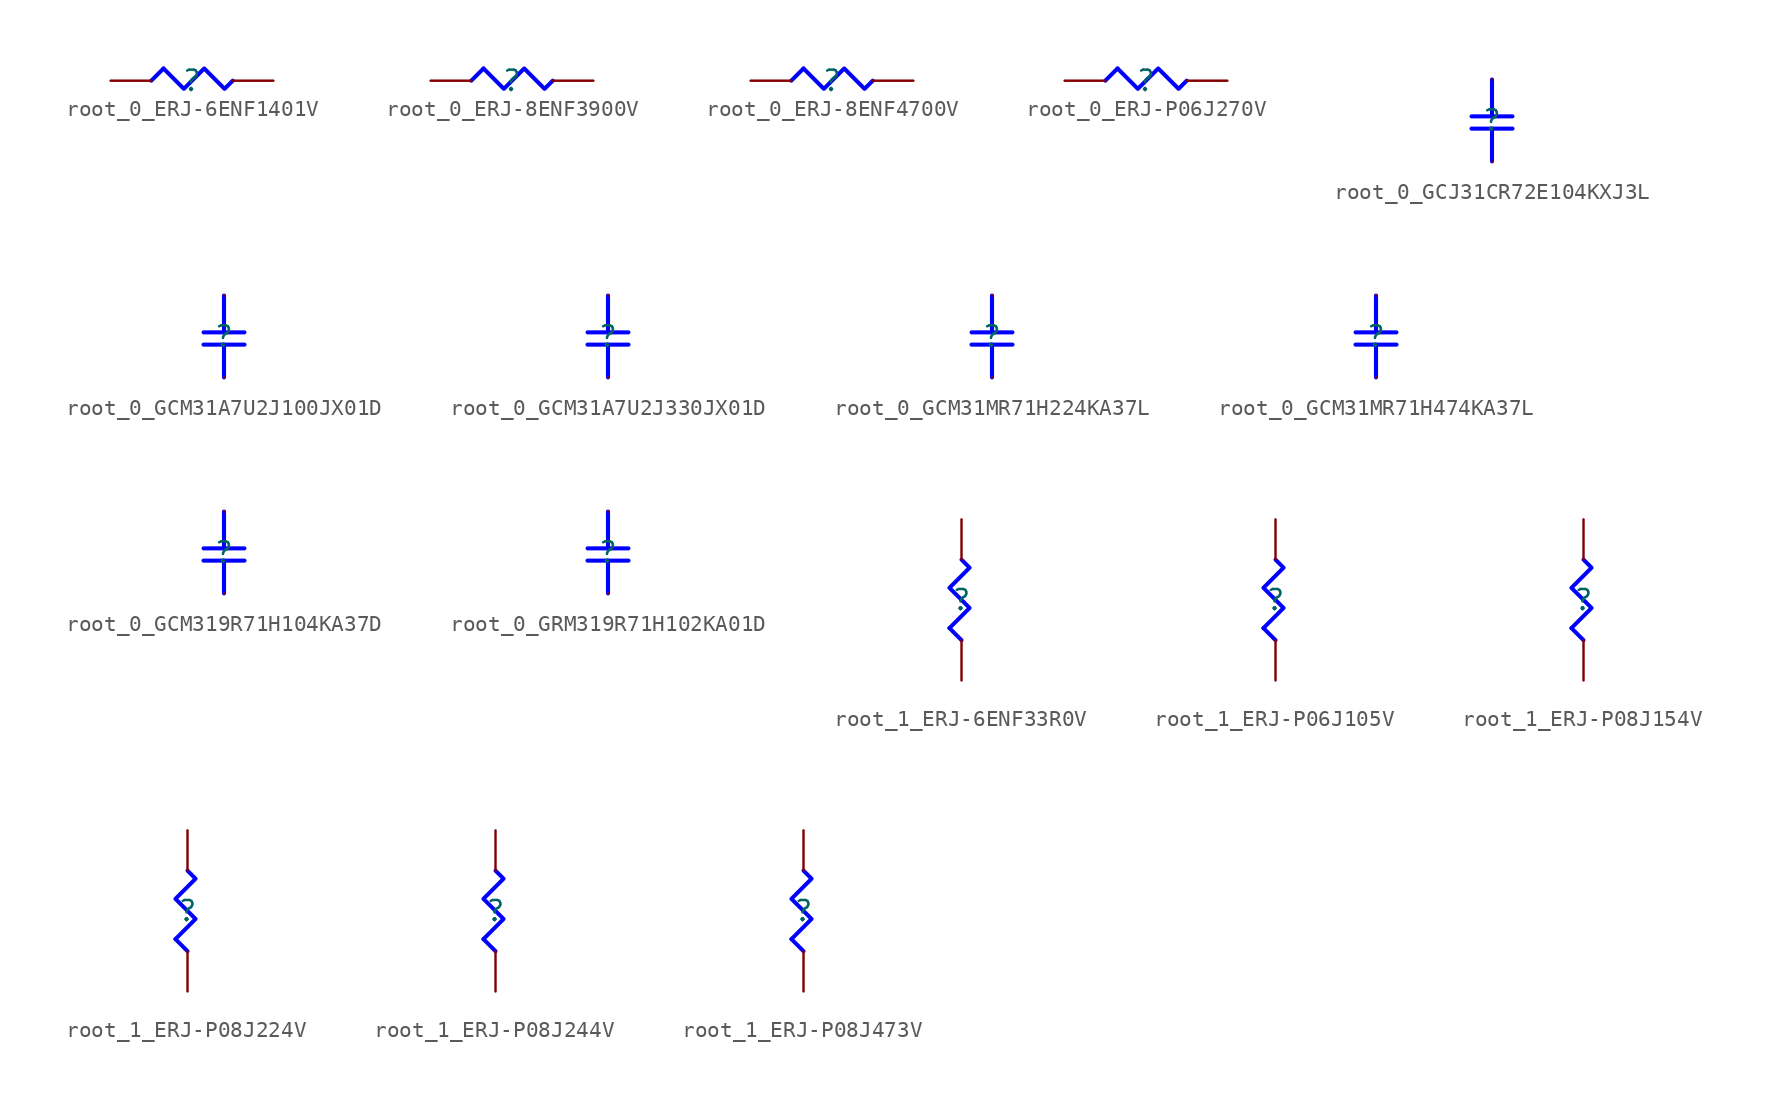
<source format=kicad_sym>
(kicad_symbol_lib
  (version 20220914)
  (generator kicad_symbol_editor)
  (symbol "root_0_ERJ-6ENF1401V"
    (property "Reference" ""
      (at 0 0 0)
      (effects (font (size 1.27 1.27))))
    (property "Value" ""
      (at 0 0 0)
      (effects (font (size 1.27 1.27))))
    (symbol "root_0_ERJ-6ENF1401V_1_0"
      (polyline (pts (xy -1.778 0.762) (xy -2.54 0)) (stroke (width 0.254) (type solid) (color 0 0 255 1)) (fill (type none)))
      (polyline (pts (xy -1.778 0.762) (xy -0.508 -0.508) (xy 0.762 0.762) (xy 2.032 -0.508) (xy 2.54 0)) (stroke (width 0.254) (type solid) (color 0 0 255 1)) (fill (type none)))
      (pin passive line (at -5.08 0 0) (length 2.54) (name "1" (effects (font (size 0 0)))) (number "1" (effects (font (size 0 0)))))
      (pin passive line (at 5.08 0 180) (length 2.54) (name "2" (effects (font (size 0 0)))) (number "2" (effects (font (size 0 0)))))))
  (symbol "root_0_ERJ-8ENF3900V"
    (property "Reference" ""
      (at 0 0 0)
      (effects (font (size 1.27 1.27))))
    (property "Value" ""
      (at 0 0 0)
      (effects (font (size 1.27 1.27))))
    (symbol "root_0_ERJ-8ENF3900V_1_0"
      (polyline (pts (xy -1.778 0.762) (xy -2.54 0)) (stroke (width 0.254) (type solid) (color 0 0 255 1)) (fill (type none)))
      (polyline (pts (xy -1.778 0.762) (xy -0.508 -0.508) (xy 0.762 0.762) (xy 2.032 -0.508) (xy 2.54 0)) (stroke (width 0.254) (type solid) (color 0 0 255 1)) (fill (type none)))
      (pin passive line (at -5.08 0 0) (length 2.54) (name "1" (effects (font (size 0 0)))) (number "1" (effects (font (size 0 0)))))
      (pin passive line (at 5.08 0 180) (length 2.54) (name "2" (effects (font (size 0 0)))) (number "2" (effects (font (size 0 0)))))))
  (symbol "root_0_ERJ-8ENF4700V"
    (property "Reference" ""
      (at 0 0 0)
      (effects (font (size 1.27 1.27))))
    (property "Value" ""
      (at 0 0 0)
      (effects (font (size 1.27 1.27))))
    (symbol "root_0_ERJ-8ENF4700V_1_0"
      (polyline (pts (xy -1.778 0.762) (xy -2.54 0)) (stroke (width 0.254) (type solid) (color 0 0 255 1)) (fill (type none)))
      (polyline (pts (xy -1.778 0.762) (xy -0.508 -0.508) (xy 0.762 0.762) (xy 2.032 -0.508) (xy 2.54 0)) (stroke (width 0.254) (type solid) (color 0 0 255 1)) (fill (type none)))
      (pin passive line (at -5.08 0 0) (length 2.54) (name "1" (effects (font (size 0 0)))) (number "1" (effects (font (size 0 0)))))
      (pin passive line (at 5.08 0 180) (length 2.54) (name "2" (effects (font (size 0 0)))) (number "2" (effects (font (size 0 0)))))))
  (symbol "root_0_ERJ-P06J270V"
    (property "Reference" ""
      (at 0 0 0)
      (effects (font (size 1.27 1.27))))
    (property "Value" ""
      (at 0 0 0)
      (effects (font (size 1.27 1.27))))
    (symbol "root_0_ERJ-P06J270V_1_0"
      (polyline (pts (xy -1.778 0.762) (xy -2.54 0)) (stroke (width 0.254) (type solid) (color 0 0 255 1)) (fill (type none)))
      (polyline (pts (xy -1.778 0.762) (xy -0.508 -0.508) (xy 0.762 0.762) (xy 2.032 -0.508) (xy 2.54 0)) (stroke (width 0.254) (type solid) (color 0 0 255 1)) (fill (type none)))
      (pin passive line (at -5.08 0 0) (length 2.54) (name "1" (effects (font (size 0 0)))) (number "1" (effects (font (size 0 0)))))
      (pin passive line (at 5.08 0 180) (length 2.54) (name "2" (effects (font (size 0 0)))) (number "2" (effects (font (size 0 0)))))))
  (symbol "root_0_GCJ31CR72E104KXJ3L"
    (property "Reference" ""
      (at 0 0 0)
      (effects (font (size 1.27 1.27))))
    (property "Value" ""
      (at 0 0 0)
      (effects (font (size 1.27 1.27))))
    (symbol "root_0_GCJ31CR72E104KXJ3L_1_0"
      (polyline (pts (xy -1.27 -0.508) (xy 1.27 -0.508)) (stroke (width 0.254) (type solid) (color 0 0 255 1)) (fill (type none)))
      (polyline (pts (xy -1.27 0.254) (xy 1.27 0.254)) (stroke (width 0.254) (type solid) (color 0 0 255 1)) (fill (type none)))
      (polyline (pts (xy 0 -2.54) (xy 0 -0.508)) (stroke (width 0.254) (type solid) (color 0 0 255 1)) (fill (type none)))
      (polyline (pts (xy 0 0.254) (xy 0 2.54)) (stroke (width 0.254) (type solid) (color 0 0 255 1)) (fill (type none)))
      (pin passive line (at 0 2.54 270) (length 0) (name "1" (effects (font (size 0 0)))) (number "1" (effects (font (size 0 0)))))
      (pin passive line (at 0 -2.54 90) (length 0) (name "2" (effects (font (size 0 0)))) (number "2" (effects (font (size 0 0)))))))
  (symbol "root_0_GCM31A7U2J100JX01D"
    (property "Reference" ""
      (at 0 0 0)
      (effects (font (size 1.27 1.27))))
    (property "Value" ""
      (at 0 0 0)
      (effects (font (size 1.27 1.27))))
    (symbol "root_0_GCM31A7U2J100JX01D_1_0"
      (polyline (pts (xy -1.27 -0.508) (xy 1.27 -0.508)) (stroke (width 0.254) (type solid) (color 0 0 255 1)) (fill (type none)))
      (polyline (pts (xy -1.27 0.254) (xy 1.27 0.254)) (stroke (width 0.254) (type solid) (color 0 0 255 1)) (fill (type none)))
      (polyline (pts (xy 0 -2.54) (xy 0 -0.508)) (stroke (width 0.254) (type solid) (color 0 0 255 1)) (fill (type none)))
      (polyline (pts (xy 0 0.254) (xy 0 2.54)) (stroke (width 0.254) (type solid) (color 0 0 255 1)) (fill (type none)))
      (pin passive line (at 0 2.54 270) (length 0) (name "1" (effects (font (size 0 0)))) (number "1" (effects (font (size 0 0)))))
      (pin passive line (at 0 -2.54 90) (length 0) (name "2" (effects (font (size 0 0)))) (number "2" (effects (font (size 0 0)))))))
  (symbol "root_0_GCM31A7U2J330JX01D"
    (property "Reference" ""
      (at 0 0 0)
      (effects (font (size 1.27 1.27))))
    (property "Value" ""
      (at 0 0 0)
      (effects (font (size 1.27 1.27))))
    (symbol "root_0_GCM31A7U2J330JX01D_1_0"
      (polyline (pts (xy -1.27 -0.508) (xy 1.27 -0.508)) (stroke (width 0.254) (type solid) (color 0 0 255 1)) (fill (type none)))
      (polyline (pts (xy -1.27 0.254) (xy 1.27 0.254)) (stroke (width 0.254) (type solid) (color 0 0 255 1)) (fill (type none)))
      (polyline (pts (xy 0 -2.54) (xy 0 -0.508)) (stroke (width 0.254) (type solid) (color 0 0 255 1)) (fill (type none)))
      (polyline (pts (xy 0 0.254) (xy 0 2.54)) (stroke (width 0.254) (type solid) (color 0 0 255 1)) (fill (type none)))
      (pin passive line (at 0 2.54 270) (length 0) (name "1" (effects (font (size 0 0)))) (number "1" (effects (font (size 0 0)))))
      (pin passive line (at 0 -2.54 90) (length 0) (name "2" (effects (font (size 0 0)))) (number "2" (effects (font (size 0 0)))))))
  (symbol "root_0_GCM31MR71H224KA37L"
    (property "Reference" ""
      (at 0 0 0)
      (effects (font (size 1.27 1.27))))
    (property "Value" ""
      (at 0 0 0)
      (effects (font (size 1.27 1.27))))
    (symbol "root_0_GCM31MR71H224KA37L_1_0"
      (polyline (pts (xy -1.27 -0.508) (xy 1.27 -0.508)) (stroke (width 0.254) (type solid) (color 0 0 255 1)) (fill (type none)))
      (polyline (pts (xy -1.27 0.254) (xy 1.27 0.254)) (stroke (width 0.254) (type solid) (color 0 0 255 1)) (fill (type none)))
      (polyline (pts (xy 0 -2.54) (xy 0 -0.508)) (stroke (width 0.254) (type solid) (color 0 0 255 1)) (fill (type none)))
      (polyline (pts (xy 0 0.254) (xy 0 2.54)) (stroke (width 0.254) (type solid) (color 0 0 255 1)) (fill (type none)))
      (pin passive line (at 0 2.54 270) (length 0) (name "1" (effects (font (size 0 0)))) (number "1" (effects (font (size 0 0)))))
      (pin passive line (at 0 -2.54 90) (length 0) (name "2" (effects (font (size 0 0)))) (number "2" (effects (font (size 0 0)))))))
  (symbol "root_0_GCM31MR71H474KA37L"
    (property "Reference" ""
      (at 0 0 0)
      (effects (font (size 1.27 1.27))))
    (property "Value" ""
      (at 0 0 0)
      (effects (font (size 1.27 1.27))))
    (symbol "root_0_GCM31MR71H474KA37L_1_0"
      (polyline (pts (xy -1.27 -0.508) (xy 1.27 -0.508)) (stroke (width 0.254) (type solid) (color 0 0 255 1)) (fill (type none)))
      (polyline (pts (xy -1.27 0.254) (xy 1.27 0.254)) (stroke (width 0.254) (type solid) (color 0 0 255 1)) (fill (type none)))
      (polyline (pts (xy 0 -2.54) (xy 0 -0.508)) (stroke (width 0.254) (type solid) (color 0 0 255 1)) (fill (type none)))
      (polyline (pts (xy 0 0.254) (xy 0 2.54)) (stroke (width 0.254) (type solid) (color 0 0 255 1)) (fill (type none)))
      (pin passive line (at 0 2.54 270) (length 0) (name "1" (effects (font (size 0 0)))) (number "1" (effects (font (size 0 0)))))
      (pin passive line (at 0 -2.54 90) (length 0) (name "2" (effects (font (size 0 0)))) (number "2" (effects (font (size 0 0)))))))
  (symbol "root_0_GCM319R71H104KA37D"
    (property "Reference" ""
      (at 0 0 0)
      (effects (font (size 1.27 1.27))))
    (property "Value" ""
      (at 0 0 0)
      (effects (font (size 1.27 1.27))))
    (symbol "root_0_GCM319R71H104KA37D_1_0"
      (polyline (pts (xy -1.27 -0.508) (xy 1.27 -0.508)) (stroke (width 0.254) (type solid) (color 0 0 255 1)) (fill (type none)))
      (polyline (pts (xy -1.27 0.254) (xy 1.27 0.254)) (stroke (width 0.254) (type solid) (color 0 0 255 1)) (fill (type none)))
      (polyline (pts (xy 0 -2.54) (xy 0 -0.508)) (stroke (width 0.254) (type solid) (color 0 0 255 1)) (fill (type none)))
      (polyline (pts (xy 0 0.254) (xy 0 2.54)) (stroke (width 0.254) (type solid) (color 0 0 255 1)) (fill (type none)))
      (pin passive line (at 0 2.54 270) (length 0) (name "1" (effects (font (size 0 0)))) (number "1" (effects (font (size 0 0)))))
      (pin passive line (at 0 -2.54 90) (length 0) (name "2" (effects (font (size 0 0)))) (number "2" (effects (font (size 0 0)))))))
  (symbol "root_0_GRM319R71H102KA01D"
    (property "Reference" ""
      (at 0 0 0)
      (effects (font (size 1.27 1.27))))
    (property "Value" ""
      (at 0 0 0)
      (effects (font (size 1.27 1.27))))
    (symbol "root_0_GRM319R71H102KA01D_1_0"
      (polyline (pts (xy -1.27 -0.508) (xy 1.27 -0.508)) (stroke (width 0.254) (type solid) (color 0 0 255 1)) (fill (type none)))
      (polyline (pts (xy -1.27 0.254) (xy 1.27 0.254)) (stroke (width 0.254) (type solid) (color 0 0 255 1)) (fill (type none)))
      (polyline (pts (xy 0 -2.54) (xy 0 -0.508)) (stroke (width 0.254) (type solid) (color 0 0 255 1)) (fill (type none)))
      (polyline (pts (xy 0 0.254) (xy 0 2.54)) (stroke (width 0.254) (type solid) (color 0 0 255 1)) (fill (type none)))
      (pin passive line (at 0 2.54 270) (length 0) (name "1" (effects (font (size 0 0)))) (number "1" (effects (font (size 0 0)))))
      (pin passive line (at 0 -2.54 90) (length 0) (name "2" (effects (font (size 0 0)))) (number "2" (effects (font (size 0 0)))))))
  (symbol "root_1_ERJ-6ENF33R0V"
    (property "Reference" ""
      (at 0 0 0)
      (effects (font (size 1.27 1.27))))
    (property "Value" ""
      (at 0 0 0)
      (effects (font (size 1.27 1.27))))
    (symbol "root_1_ERJ-6ENF33R0V_1_0"
      (polyline (pts (xy -0.762 -1.778) (xy 0 -2.54)) (stroke (width 0.254) (type solid) (color 0 0 255 1)) (fill (type none)))
      (polyline (pts (xy -0.762 -1.778) (xy 0.508 -0.508) (xy -0.762 0.762) (xy 0.508 2.032) (xy 0 2.54)) (stroke (width 0.254) (type solid) (color 0 0 255 1)) (fill (type none)))
      (pin passive line (at 0 -5.08 90) (length 2.54) (name "1" (effects (font (size 0 0)))) (number "1" (effects (font (size 0 0)))))
      (pin passive line (at 0 5.08 270) (length 2.54) (name "2" (effects (font (size 0 0)))) (number "2" (effects (font (size 0 0)))))))
  (symbol "root_1_ERJ-P06J105V"
    (property "Reference" ""
      (at 0 0 0)
      (effects (font (size 1.27 1.27))))
    (property "Value" ""
      (at 0 0 0)
      (effects (font (size 1.27 1.27))))
    (symbol "root_1_ERJ-P06J105V_1_0"
      (polyline (pts (xy -0.762 -1.778) (xy 0 -2.54)) (stroke (width 0.254) (type solid) (color 0 0 255 1)) (fill (type none)))
      (polyline (pts (xy -0.762 -1.778) (xy 0.508 -0.508) (xy -0.762 0.762) (xy 0.508 2.032) (xy 0 2.54)) (stroke (width 0.254) (type solid) (color 0 0 255 1)) (fill (type none)))
      (pin passive line (at 0 -5.08 90) (length 2.54) (name "1" (effects (font (size 0 0)))) (number "1" (effects (font (size 0 0)))))
      (pin passive line (at 0 5.08 270) (length 2.54) (name "2" (effects (font (size 0 0)))) (number "2" (effects (font (size 0 0)))))))
  (symbol "root_1_ERJ-P08J154V"
    (property "Reference" ""
      (at 0 0 0)
      (effects (font (size 1.27 1.27))))
    (property "Value" ""
      (at 0 0 0)
      (effects (font (size 1.27 1.27))))
    (symbol "root_1_ERJ-P08J154V_1_0"
      (polyline (pts (xy -0.762 -1.778) (xy 0 -2.54)) (stroke (width 0.254) (type solid) (color 0 0 255 1)) (fill (type none)))
      (polyline (pts (xy -0.762 -1.778) (xy 0.508 -0.508) (xy -0.762 0.762) (xy 0.508 2.032) (xy 0 2.54)) (stroke (width 0.254) (type solid) (color 0 0 255 1)) (fill (type none)))
      (pin passive line (at 0 -5.08 90) (length 2.54) (name "1" (effects (font (size 0 0)))) (number "1" (effects (font (size 0 0)))))
      (pin passive line (at 0 5.08 270) (length 2.54) (name "2" (effects (font (size 0 0)))) (number "2" (effects (font (size 0 0)))))))
  (symbol "root_1_ERJ-P08J224V"
    (property "Reference" ""
      (at 0 0 0)
      (effects (font (size 1.27 1.27))))
    (property "Value" ""
      (at 0 0 0)
      (effects (font (size 1.27 1.27))))
    (symbol "root_1_ERJ-P08J224V_1_0"
      (polyline (pts (xy -0.762 -1.778) (xy 0 -2.54)) (stroke (width 0.254) (type solid) (color 0 0 255 1)) (fill (type none)))
      (polyline (pts (xy -0.762 -1.778) (xy 0.508 -0.508) (xy -0.762 0.762) (xy 0.508 2.032) (xy 0 2.54)) (stroke (width 0.254) (type solid) (color 0 0 255 1)) (fill (type none)))
      (pin passive line (at 0 -5.08 90) (length 2.54) (name "1" (effects (font (size 0 0)))) (number "1" (effects (font (size 0 0)))))
      (pin passive line (at 0 5.08 270) (length 2.54) (name "2" (effects (font (size 0 0)))) (number "2" (effects (font (size 0 0)))))))
  (symbol "root_1_ERJ-P08J244V"
    (property "Reference" ""
      (at 0 0 0)
      (effects (font (size 1.27 1.27))))
    (property "Value" ""
      (at 0 0 0)
      (effects (font (size 1.27 1.27))))
    (symbol "root_1_ERJ-P08J244V_1_0"
      (polyline (pts (xy -0.762 -1.778) (xy 0 -2.54)) (stroke (width 0.254) (type solid) (color 0 0 255 1)) (fill (type none)))
      (polyline (pts (xy -0.762 -1.778) (xy 0.508 -0.508) (xy -0.762 0.762) (xy 0.508 2.032) (xy 0 2.54)) (stroke (width 0.254) (type solid) (color 0 0 255 1)) (fill (type none)))
      (pin passive line (at 0 -5.08 90) (length 2.54) (name "1" (effects (font (size 0 0)))) (number "1" (effects (font (size 0 0)))))
      (pin passive line (at 0 5.08 270) (length 2.54) (name "2" (effects (font (size 0 0)))) (number "2" (effects (font (size 0 0)))))))
  (symbol "root_1_ERJ-P08J473V"
    (property "Reference" ""
      (at 0 0 0)
      (effects (font (size 1.27 1.27))))
    (property "Value" ""
      (at 0 0 0)
      (effects (font (size 1.27 1.27))))
    (symbol "root_1_ERJ-P08J473V_1_0"
      (polyline (pts (xy -0.762 -1.778) (xy 0 -2.54)) (stroke (width 0.254) (type solid) (color 0 0 255 1)) (fill (type none)))
      (polyline (pts (xy -0.762 -1.778) (xy 0.508 -0.508) (xy -0.762 0.762) (xy 0.508 2.032) (xy 0 2.54)) (stroke (width 0.254) (type solid) (color 0 0 255 1)) (fill (type none)))
      (pin passive line (at 0 -5.08 90) (length 2.54) (name "1" (effects (font (size 0 0)))) (number "1" (effects (font (size 0 0)))))
      (pin passive line (at 0 5.08 270) (length 2.54) (name "2" (effects (font (size 0 0)))) (number "2" (effects (font (size 0 0))))))))
</source>
